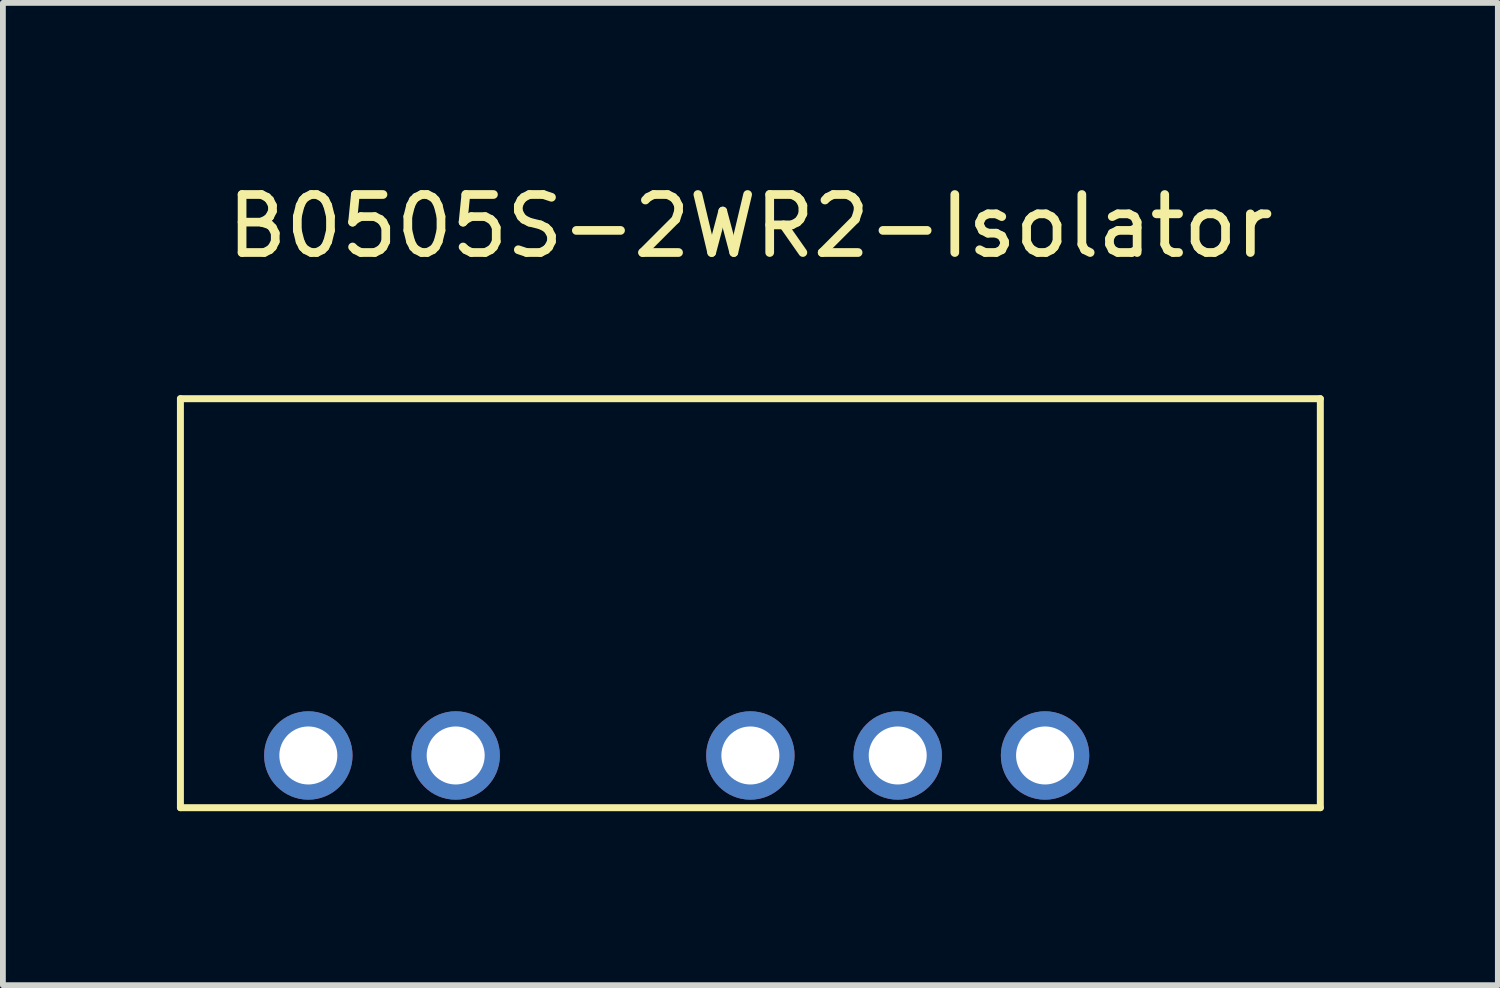
<source format=kicad_pcb>
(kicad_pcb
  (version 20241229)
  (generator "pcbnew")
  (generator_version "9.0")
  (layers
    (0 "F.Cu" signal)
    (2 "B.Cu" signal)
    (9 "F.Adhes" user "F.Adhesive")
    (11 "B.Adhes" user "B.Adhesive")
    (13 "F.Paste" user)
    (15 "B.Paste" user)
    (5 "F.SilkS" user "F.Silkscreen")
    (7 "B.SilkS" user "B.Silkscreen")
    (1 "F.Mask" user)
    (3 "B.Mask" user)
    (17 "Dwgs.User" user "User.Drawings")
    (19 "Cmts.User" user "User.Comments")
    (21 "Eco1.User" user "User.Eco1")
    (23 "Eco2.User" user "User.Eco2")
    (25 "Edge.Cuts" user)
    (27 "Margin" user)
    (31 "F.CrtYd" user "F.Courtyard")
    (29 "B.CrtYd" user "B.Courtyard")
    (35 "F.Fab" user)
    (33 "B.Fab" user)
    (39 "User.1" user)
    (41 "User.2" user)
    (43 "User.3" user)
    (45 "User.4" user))
  (footprint "B0505S-2WR2-Isolator"
    (layer "F.Cu")
    (at 9.885 7.348)
    (property "Reference" "B0505S-2WR2-Isolator" (at 0 -6.5 0) (layer "F.SilkS") (effects (font (size 1 1) (thickness 0.15))))
    (attr through_hole)
    (fp_line (start -9.825 -3.525) (end -9.825 3.525) (stroke (width 0.12) (type solid)) (layer "F.SilkS"))
    (fp_line (start -9.825 3.525) (end 9.825 3.525) (stroke (width 0.12) (type solid)) (layer "F.SilkS"))
    (fp_line (start 9.825 -3.525) (end -9.825 -3.525) (stroke (width 0.12) (type solid)) (layer "F.SilkS"))
    (fp_line (start 9.825 -3.525) (end 9.825 3.525) (stroke (width 0.12) (type solid)) (layer "F.SilkS"))
    (pad "1" thru_hole circle (at -7.62 2.625) (size 1.524 1.524) (drill 1) (layers "*.Cu" "*.Mask"))
    (pad "2" thru_hole circle (at -5.08 2.625) (size 1.524 1.524) (drill 1) (layers "*.Cu" "*.Mask"))
    (pad "3" thru_hole circle (at 0 2.625) (size 1.524 1.524) (drill 1) (layers "*.Cu" "*.Mask"))
    (pad "4" thru_hole circle (at 2.54 2.625) (size 1.524 1.524) (drill 1) (layers "*.Cu" "*.Mask"))
    (pad "5" thru_hole circle (at 5.08 2.625) (size 1.524 1.524) (drill 1) (layers "*.Cu" "*.Mask")))
  (gr_rect
    (start -3 -3)
    (end 22.77 13.933)
    (stroke (width 0.1) (type default))
    (fill no)
    (layer "Edge.Cuts")))
</source>
